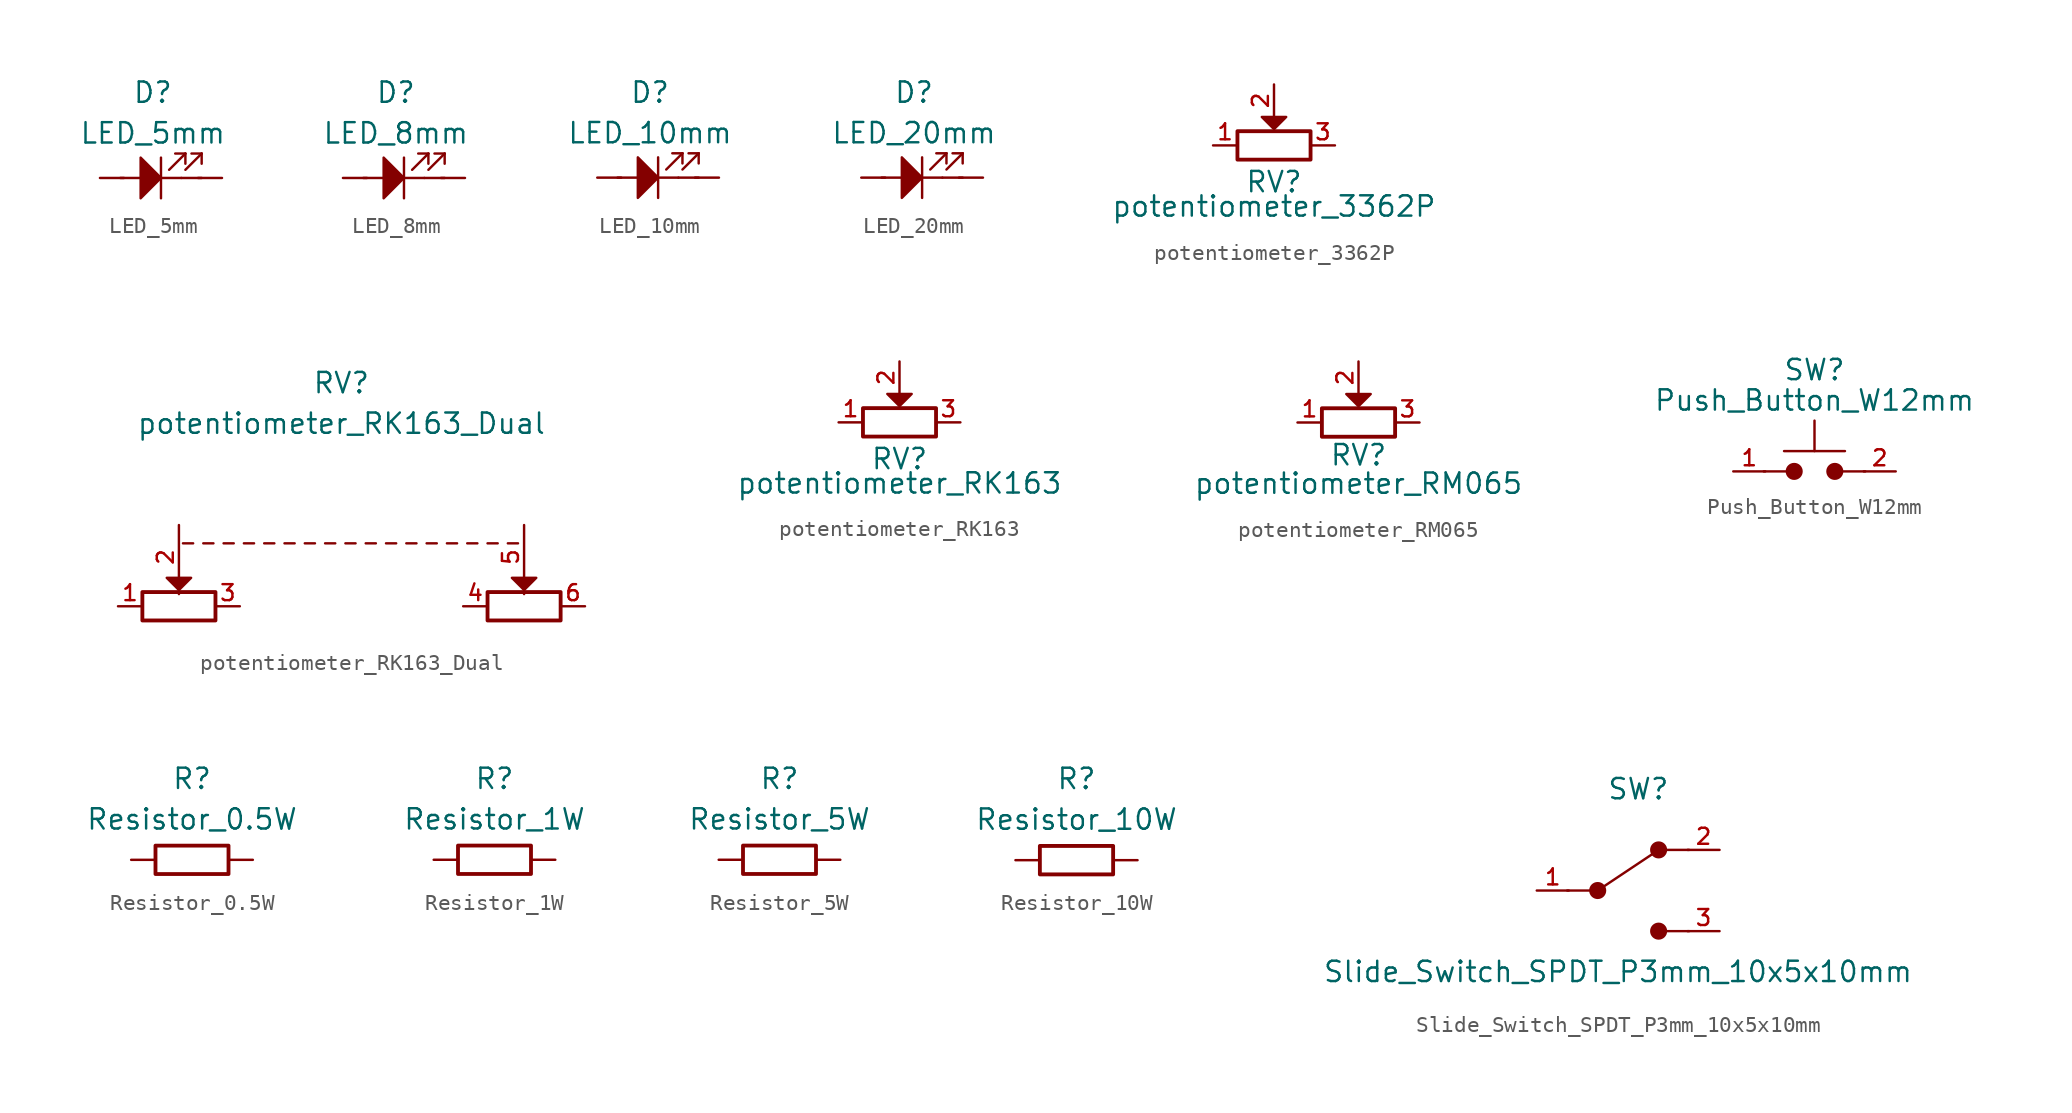
<source format=kicad_sym>
(kicad_symbol_lib
  (version 20211014)
  (generator kicad_symbol_editor)
  (symbol "LED_5mm"
    (property "Reference" "D"
      (at -0.508 5.334 0)
      (effects (font (size 1.27 1.27))))
    (property "Value" "LED_5mm"
      (at -0.508 2.794 0)
      (effects (font (size 1.27 1.27))))
    (symbol "LED_5mm_0_1"
      (polyline (pts (xy -1.27 0) (xy -2.54 0)) (stroke (width 0) (type default) (color 0 0 0 0)) (fill (type none)))
      (polyline (pts (xy 0 1.27) (xy 0 -1.27)) (stroke (width 0) (type default) (color 0 0 0 0)) (fill (type none)))
      (polyline (pts (xy 0.508 0.508) (xy 1.524 1.524)) (stroke (width 0) (type default) (color 0 0 0 0)) (fill (type none)))
      (polyline (pts (xy 1.27 0) (xy 2.54 0)) (stroke (width 0) (type default) (color 0 0 0 0)) (fill (type none)))
      (polyline (pts (xy 1.524 0.508) (xy 2.54 1.524)) (stroke (width 0) (type default) (color 0 0 0 0)) (fill (type none)))
      (polyline (pts (xy 1.524 1.524) (xy 0.889 1.524)) (stroke (width 0) (type default) (color 0 0 0 0)) (fill (type none)))
      (polyline (pts (xy 1.524 1.524) (xy 1.524 0.889)) (stroke (width 0) (type default) (color 0 0 0 0)) (fill (type none)))
      (polyline (pts (xy 2.54 1.524) (xy 1.905 1.524)) (stroke (width 0) (type default) (color 0 0 0 0)) (fill (type none)))
      (polyline (pts (xy 2.54 1.524) (xy 2.54 0.889)) (stroke (width 0) (type default) (color 0 0 0 0)) (fill (type none)))
      (polyline (pts (xy 0 0) (xy -1.27 -1.27) (xy -1.27 1.27) (xy 0 0) (xy 1.27 0)) (stroke (width 0) (type default) (color 0 0 0 0)) (fill (type outline))))
    (symbol "LED_5mm_1_1"
      (pin passive line (at 3.81 0 180) (length 1.5) (name "~" (effects (font (size 1.27 1.27)))) (number "1" (effects (font (size 0 0)))))
      (pin passive line (at -3.81 0 0) (length 1.5) (name "" (effects (font (size 1.27 1.27)))) (number "2" (effects (font (size 0 0)))))))
  (symbol "LED_8mm"
    (property "Reference" "D"
      (at -0.508 5.334 0)
      (effects (font (size 1.27 1.27))))
    (property "Value" "LED_8mm"
      (at -0.508 2.794 0)
      (effects (font (size 1.27 1.27))))
    (symbol "LED_8mm_0_1"
      (polyline (pts (xy -1.27 0) (xy -2.54 0)) (stroke (width 0) (type default) (color 0 0 0 0)) (fill (type none)))
      (polyline (pts (xy 0 1.27) (xy 0 -1.27)) (stroke (width 0) (type default) (color 0 0 0 0)) (fill (type none)))
      (polyline (pts (xy 0.508 0.508) (xy 1.524 1.524)) (stroke (width 0) (type default) (color 0 0 0 0)) (fill (type none)))
      (polyline (pts (xy 1.27 0) (xy 2.54 0)) (stroke (width 0) (type default) (color 0 0 0 0)) (fill (type none)))
      (polyline (pts (xy 1.524 0.508) (xy 2.54 1.524)) (stroke (width 0) (type default) (color 0 0 0 0)) (fill (type none)))
      (polyline (pts (xy 1.524 1.524) (xy 0.889 1.524)) (stroke (width 0) (type default) (color 0 0 0 0)) (fill (type none)))
      (polyline (pts (xy 1.524 1.524) (xy 1.524 0.889)) (stroke (width 0) (type default) (color 0 0 0 0)) (fill (type none)))
      (polyline (pts (xy 2.54 1.524) (xy 1.905 1.524)) (stroke (width 0) (type default) (color 0 0 0 0)) (fill (type none)))
      (polyline (pts (xy 2.54 1.524) (xy 2.54 0.889)) (stroke (width 0) (type default) (color 0 0 0 0)) (fill (type none)))
      (polyline (pts (xy 0 0) (xy -1.27 -1.27) (xy -1.27 1.27) (xy 0 0) (xy 1.27 0)) (stroke (width 0) (type default) (color 0 0 0 0)) (fill (type outline))))
    (symbol "LED_8mm_1_1"
      (pin passive line (at 3.81 0 180) (length 1.5) (name "~" (effects (font (size 1.27 1.27)))) (number "1" (effects (font (size 0 0)))))
      (pin passive line (at -3.81 0 0) (length 1.5) (name "" (effects (font (size 1.27 1.27)))) (number "2" (effects (font (size 0 0)))))))
  (symbol "LED_10mm"
    (property "Reference" "D"
      (at -0.508 5.334 0)
      (effects (font (size 1.27 1.27))))
    (property "Value" "LED_10mm"
      (at -0.508 2.794 0)
      (effects (font (size 1.27 1.27))))
    (symbol "LED_10mm_0_1"
      (polyline (pts (xy -1.27 0) (xy -2.54 0)) (stroke (width 0) (type default) (color 0 0 0 0)) (fill (type none)))
      (polyline (pts (xy 0 1.27) (xy 0 -1.27)) (stroke (width 0) (type default) (color 0 0 0 0)) (fill (type none)))
      (polyline (pts (xy 0.508 0.508) (xy 1.524 1.524)) (stroke (width 0) (type default) (color 0 0 0 0)) (fill (type none)))
      (polyline (pts (xy 1.27 0) (xy 2.54 0)) (stroke (width 0) (type default) (color 0 0 0 0)) (fill (type none)))
      (polyline (pts (xy 1.524 0.508) (xy 2.54 1.524)) (stroke (width 0) (type default) (color 0 0 0 0)) (fill (type none)))
      (polyline (pts (xy 1.524 1.524) (xy 0.889 1.524)) (stroke (width 0) (type default) (color 0 0 0 0)) (fill (type none)))
      (polyline (pts (xy 1.524 1.524) (xy 1.524 0.889)) (stroke (width 0) (type default) (color 0 0 0 0)) (fill (type none)))
      (polyline (pts (xy 2.54 1.524) (xy 1.905 1.524)) (stroke (width 0) (type default) (color 0 0 0 0)) (fill (type none)))
      (polyline (pts (xy 2.54 1.524) (xy 2.54 0.889)) (stroke (width 0) (type default) (color 0 0 0 0)) (fill (type none)))
      (polyline (pts (xy 0 0) (xy -1.27 -1.27) (xy -1.27 1.27) (xy 0 0) (xy 1.27 0)) (stroke (width 0) (type default) (color 0 0 0 0)) (fill (type outline))))
    (symbol "LED_10mm_1_1"
      (pin passive line (at 3.81 0 180) (length 1.5) (name "~" (effects (font (size 1.27 1.27)))) (number "1" (effects (font (size 0 0)))))
      (pin passive line (at -3.81 0 0) (length 1.5) (name "" (effects (font (size 1.27 1.27)))) (number "2" (effects (font (size 0 0)))))))
  (symbol "LED_20mm"
    (property "Reference" "D"
      (at -0.508 5.334 0)
      (effects (font (size 1.27 1.27))))
    (property "Value" "LED_20mm"
      (at -0.508 2.794 0)
      (effects (font (size 1.27 1.27))))
    (symbol "LED_20mm_0_1"
      (polyline (pts (xy -1.27 0) (xy -2.54 0)) (stroke (width 0) (type default) (color 0 0 0 0)) (fill (type none)))
      (polyline (pts (xy 0 1.27) (xy 0 -1.27)) (stroke (width 0) (type default) (color 0 0 0 0)) (fill (type none)))
      (polyline (pts (xy 0.508 0.508) (xy 1.524 1.524)) (stroke (width 0) (type default) (color 0 0 0 0)) (fill (type none)))
      (polyline (pts (xy 1.27 0) (xy 2.54 0)) (stroke (width 0) (type default) (color 0 0 0 0)) (fill (type none)))
      (polyline (pts (xy 1.524 0.508) (xy 2.54 1.524)) (stroke (width 0) (type default) (color 0 0 0 0)) (fill (type none)))
      (polyline (pts (xy 1.524 1.524) (xy 0.889 1.524)) (stroke (width 0) (type default) (color 0 0 0 0)) (fill (type none)))
      (polyline (pts (xy 1.524 1.524) (xy 1.524 0.889)) (stroke (width 0) (type default) (color 0 0 0 0)) (fill (type none)))
      (polyline (pts (xy 2.54 1.524) (xy 1.905 1.524)) (stroke (width 0) (type default) (color 0 0 0 0)) (fill (type none)))
      (polyline (pts (xy 2.54 1.524) (xy 2.54 0.889)) (stroke (width 0) (type default) (color 0 0 0 0)) (fill (type none)))
      (polyline (pts (xy 0 0) (xy -1.27 -1.27) (xy -1.27 1.27) (xy 0 0) (xy 1.27 0)) (stroke (width 0) (type default) (color 0 0 0 0)) (fill (type outline))))
    (symbol "LED_20mm_1_1"
      (pin passive line (at 3.81 0 180) (length 1.5) (name "~" (effects (font (size 1.27 1.27)))) (number "1" (effects (font (size 0 0)))))
      (pin passive line (at -3.81 0 0) (length 1.5) (name "" (effects (font (size 1.27 1.27)))) (number "2" (effects (font (size 0 0)))))))
  (symbol "potentiometer_3362P"
    (property "Reference" "RV"
      (at 0 -2.286 0)
      (effects (font (size 1.27 1.27))))
    (property "Value" "potentiometer_3362P"
      (at 0 -3.81 0)
      (effects (font (size 1.27 1.27))))
    (symbol "potentiometer_3362P_0_1"
      (rectangle (start -2.286 0.889) (end 2.286 -0.889) (stroke (width 0.24) (type default) (color 0 0 0 0)) (fill (type none)))
      (polyline (pts (xy 0 1.016) (xy 0.762 1.778) (xy -0.762 1.778) (xy 0 1.016)) (stroke (width 0) (type default) (color 0 0 0 0)) (fill (type outline))))
    (symbol "potentiometer_3362P_1_1"
      (pin passive line (at -3.81 0 0) (length 1.5) (name "~" (effects (font (size 1.27 1.27)))) (number "1" (effects (font (size 1 1)))))
      (pin passive line (at 0 3.81 270) (length 2) (name "~" (effects (font (size 1.27 1.27)))) (number "2" (effects (font (size 1 1)))))
      (pin passive line (at 3.81 0 180) (length 1.5) (name "~" (effects (font (size 1.27 1.27)))) (number "3" (effects (font (size 1 1)))))))
  (symbol "potentiometer_RK163_Dual"
    (property "Reference" "RV"
      (at 0 13.97 0)
      (effects (font (size 1.27 1.27))))
    (property "Value" "potentiometer_RK163_Dual"
      (at 0 11.43 0)
      (effects (font (size 1.27 1.27))))
    (symbol "potentiometer_RK163_Dual_0_1"
      (rectangle (start -7.874 -0.889) (end -12.446 0.889) (stroke (width 0.24) (type default) (color 0 0 0 0)) (fill (type none)))
      (polyline (pts (xy -9.906 3.937) (xy -9.271 3.937)) (stroke (width 0) (type default) (color 0 0 0 0)) (fill (type none)))
      (polyline (pts (xy -8.636 3.937) (xy -8.001 3.937)) (stroke (width 0) (type default) (color 0 0 0 0)) (fill (type none)))
      (polyline (pts (xy -7.366 3.937) (xy -6.731 3.937)) (stroke (width 0) (type default) (color 0 0 0 0)) (fill (type none)))
      (polyline (pts (xy -6.096 3.937) (xy -5.461 3.937)) (stroke (width 0) (type default) (color 0 0 0 0)) (fill (type none)))
      (polyline (pts (xy -4.826 3.937) (xy -4.191 3.937)) (stroke (width 0) (type default) (color 0 0 0 0)) (fill (type none)))
      (polyline (pts (xy -3.556 3.937) (xy -2.921 3.937)) (stroke (width 0) (type default) (color 0 0 0 0)) (fill (type none)))
      (polyline (pts (xy -2.286 3.937) (xy -1.651 3.937)) (stroke (width 0) (type default) (color 0 0 0 0)) (fill (type none)))
      (polyline (pts (xy -1.016 3.937) (xy -0.381 3.937)) (stroke (width 0) (type default) (color 0 0 0 0)) (fill (type none)))
      (polyline (pts (xy 0.254 3.937) (xy 0.889 3.937)) (stroke (width 0) (type default) (color 0 0 0 0)) (fill (type none)))
      (polyline (pts (xy 1.524 3.937) (xy 2.159 3.937)) (stroke (width 0) (type default) (color 0 0 0 0)) (fill (type none)))
      (polyline (pts (xy 2.794 3.937) (xy 3.429 3.937)) (stroke (width 0) (type default) (color 0 0 0 0)) (fill (type none)))
      (polyline (pts (xy 4.064 3.937) (xy 4.699 3.937)) (stroke (width 0) (type default) (color 0 0 0 0)) (fill (type none)))
      (polyline (pts (xy 5.334 3.937) (xy 5.969 3.937)) (stroke (width 0) (type default) (color 0 0 0 0)) (fill (type none)))
      (polyline (pts (xy 6.604 3.937) (xy 7.239 3.937)) (stroke (width 0) (type default) (color 0 0 0 0)) (fill (type none)))
      (polyline (pts (xy 7.874 3.937) (xy 8.509 3.937)) (stroke (width 0) (type default) (color 0 0 0 0)) (fill (type none)))
      (polyline (pts (xy 9.144 3.937) (xy 9.779 3.937)) (stroke (width 0) (type default) (color 0 0 0 0)) (fill (type none)))
      (polyline (pts (xy 10.414 3.937) (xy 11.049 3.937)) (stroke (width 0) (type default) (color 0 0 0 0)) (fill (type none)))
      (polyline (pts (xy -10.16 1.016) (xy -9.398 1.778) (xy -10.922 1.778) (xy -10.16 1.016) (xy -10.16 0.762)) (stroke (width 0) (type default) (color 0 0 0 0)) (fill (type outline)))
      (polyline (pts (xy 11.43 1.016) (xy 12.192 1.778) (xy 10.668 1.778) (xy 11.43 1.016) (xy 11.43 0.762)) (stroke (width 0) (type default) (color 0 0 0 0)) (fill (type outline)))
      (rectangle (start 13.716 -0.889) (end 9.144 0.889) (stroke (width 0.24) (type default) (color 0 0 0 0)) (fill (type none))))
    (symbol "potentiometer_RK163_Dual_1_1"
      (pin passive line (at -13.97 0 0) (length 1.5) (name "~" (effects (font (size 1.27 1.27)))) (number "1" (effects (font (size 1 1)))))
      (pin passive line (at -10.16 5.08 270) (length 4) (name "~" (effects (font (size 1.27 1.27)))) (number "2" (effects (font (size 1 1)))))
      (pin passive line (at -6.35 0 180) (length 1.5) (name "~" (effects (font (size 1.27 1.27)))) (number "3" (effects (font (size 1 1)))))
      (pin passive line (at 7.62 0 0) (length 1.5) (name "~" (effects (font (size 1.27 1.27)))) (number "4" (effects (font (size 1 1)))))
      (pin passive line (at 11.43 5.08 270) (length 4) (name "~" (effects (font (size 1.27 1.27)))) (number "5" (effects (font (size 1 1)))))
      (pin passive line (at 15.24 0 180) (length 1.5) (name "~" (effects (font (size 1.27 1.27)))) (number "6" (effects (font (size 1 1)))))))
  (symbol "potentiometer_RK163"
    (property "Reference" "RV"
      (at 0 -2.286 0)
      (effects (font (size 1.27 1.27))))
    (property "Value" "potentiometer_RK163"
      (at 0 -3.81 0)
      (effects (font (size 1.27 1.27))))
    (symbol "potentiometer_RK163_0_1"
      (rectangle (start -2.286 0.889) (end 2.286 -0.889) (stroke (width 0.24) (type default) (color 0 0 0 0)) (fill (type none)))
      (polyline (pts (xy 0 1.016) (xy 0.762 1.778) (xy -0.762 1.778) (xy 0 1.016)) (stroke (width 0) (type default) (color 0 0 0 0)) (fill (type outline))))
    (symbol "potentiometer_RK163_1_1"
      (pin passive line (at -3.81 0 0) (length 1.5) (name "~" (effects (font (size 1.27 1.27)))) (number "1" (effects (font (size 1 1)))))
      (pin passive line (at 0 3.81 270) (length 2) (name "~" (effects (font (size 1.27 1.27)))) (number "2" (effects (font (size 1 1)))))
      (pin passive line (at 3.81 0 180) (length 1.5) (name "~" (effects (font (size 1.27 1.27)))) (number "3" (effects (font (size 1 1)))))))
  (symbol "potentiometer_RM065"
    (property "Reference" "RV"
      (at 0 -2.032 0)
      (effects (font (size 1.27 1.27))))
    (property "Value" "potentiometer_RM065"
      (at 0 -3.81 0)
      (effects (font (size 1.27 1.27))))
    (symbol "potentiometer_RM065_0_1"
      (rectangle (start -2.286 0.889) (end 2.286 -0.889) (stroke (width 0.24) (type default) (color 0 0 0 0)) (fill (type none)))
      (polyline (pts (xy 0 1.016) (xy 0.762 1.778) (xy -0.762 1.778) (xy 0 1.016)) (stroke (width 0) (type default) (color 0 0 0 0)) (fill (type outline))))
    (symbol "potentiometer_RM065_1_1"
      (pin passive line (at -3.81 0 0) (length 1.5) (name "~" (effects (font (size 1.27 1.27)))) (number "1" (effects (font (size 1 1)))))
      (pin passive line (at 0 3.81 270) (length 2) (name "~" (effects (font (size 1.27 1.27)))) (number "2" (effects (font (size 1 1)))))
      (pin passive line (at 3.81 0 180) (length 1.5) (name "~" (effects (font (size 1.27 1.27)))) (number "3" (effects (font (size 1 1)))))))
  (symbol "Push_Button_W12mm"
    (property "Reference" "SW"
      (at 0 6.35 0)
      (effects (font (size 1.27 1.27))))
    (property "Value" "Push_Button_W12mm"
      (at 0 4.445 0)
      (effects (font (size 1.27 1.27))))
    (symbol "Push_Button_W12mm_0_1"
      (circle (center -1.27 0) (radius 0.458) (stroke (width 0) (type default) (color 0 0 0 0)) (fill (type outline)))
      (polyline (pts (xy -3.175 0) (xy -1.778 0)) (stroke (width 0) (type default) (color 0 0 0 0)) (fill (type none)))
      (polyline (pts (xy -1.905 1.27) (xy 1.905 1.27)) (stroke (width 0) (type default) (color 0 0 0 0)) (fill (type none)))
      (polyline (pts (xy 0 1.27) (xy 0 3.175)) (stroke (width 0) (type default) (color 0 0 0 0)) (fill (type none)))
      (polyline (pts (xy 1.778 0) (xy 3.175 0)) (stroke (width 0) (type default) (color 0 0 0 0)) (fill (type none)))
      (circle (center 1.27 0) (radius 0.458) (stroke (width 0) (type default) (color 0 0 0 0)) (fill (type outline))))
    (symbol "Push_Button_W12mm_1_1"
      (pin passive line (at -5.08 0 0) (length 2) (name "" (effects (font (size 1.27 1.27)))) (number "1" (effects (font (size 1 1)))))
      (pin passive line (at 5.08 0 180) (length 2) (name "" (effects (font (size 1.27 1.27)))) (number "2" (effects (font (size 1 1)))))))
  (symbol "Resistor_0.5W"
    (property "Reference" "R"
      (at 0 5.08 0)
      (effects (font (size 1.27 1.27))))
    (property "Value" "Resistor_0.5W"
      (at 0 2.54 0)
      (effects (font (size 1.27 1.27))))
    (symbol "Resistor_0.5W_0_1"
      (rectangle (start -2.286 0.889) (end 2.286 -0.889) (stroke (width 0.24) (type default) (color 0 0 0 0)) (fill (type none))))
    (symbol "Resistor_0.5W_1_1"
      (pin passive line (at -3.81 0 0) (length 1.5) (name "" (effects (font (size 1.27 1.27)))) (number "1" (effects (font (size 0 0)))))
      (pin passive line (at 3.81 0 180) (length 1.5) (name "~" (effects (font (size 1.27 1.27)))) (number "2" (effects (font (size 0 0)))))))
  (symbol "Resistor_1W"
    (property "Reference" "R"
      (at 0 5.08 0)
      (effects (font (size 1.27 1.27))))
    (property "Value" "Resistor_1W"
      (at 0 2.54 0)
      (effects (font (size 1.27 1.27))))
    (symbol "Resistor_1W_0_1"
      (rectangle (start -2.286 0.889) (end 2.286 -0.889) (stroke (width 0.24) (type default) (color 0 0 0 0)) (fill (type none))))
    (symbol "Resistor_1W_1_1"
      (pin passive line (at -3.81 0 0) (length 1.5) (name "" (effects (font (size 1.27 1.27)))) (number "1" (effects (font (size 0 0)))))
      (pin passive line (at 3.81 0 180) (length 1.5) (name "~" (effects (font (size 1.27 1.27)))) (number "2" (effects (font (size 0 0)))))))
  (symbol "Resistor_5W"
    (property "Reference" "R"
      (at 0 5.08 0)
      (effects (font (size 1.27 1.27))))
    (property "Value" "Resistor_5W"
      (at 0 2.54 0)
      (effects (font (size 1.27 1.27))))
    (symbol "Resistor_5W_0_1"
      (rectangle (start -2.286 0.889) (end 2.286 -0.889) (stroke (width 0.24) (type default) (color 0 0 0 0)) (fill (type none))))
    (symbol "Resistor_5W_1_1"
      (pin passive line (at -3.81 0 0) (length 1.5) (name "" (effects (font (size 1.27 1.27)))) (number "1" (effects (font (size 0 0)))))
      (pin passive line (at 3.81 0 180) (length 1.5) (name "~" (effects (font (size 1.27 1.27)))) (number "2" (effects (font (size 0 0)))))))
  (symbol "Resistor_10W"
    (property "Reference" "R"
      (at 0 5.08 0)
      (effects (font (size 1.27 1.27))))
    (property "Value" "Resistor_10W"
      (at 0 2.54 0)
      (effects (font (size 1.27 1.27))))
    (symbol "Resistor_10W_0_1"
      (rectangle (start -2.286 0.889) (end 2.286 -0.889) (stroke (width 0.24) (type default) (color 0 0 0 0)) (fill (type none))))
    (symbol "Resistor_10W_1_1"
      (pin passive line (at -3.81 0 0) (length 1.5) (name "" (effects (font (size 1.27 1.27)))) (number "1" (effects (font (size 0 0)))))
      (pin passive line (at 3.81 0 180) (length 1.5) (name "~" (effects (font (size 1.27 1.27)))) (number "2" (effects (font (size 0 0)))))))
  (symbol "Slide_Switch_SPDT_P3mm_10x5x10mm"
    (property "Reference" "SW"
      (at 0 6.35 0)
      (effects (font (size 1.27 1.27))))
    (property "Value" "Slide_Switch_SPDT_P3mm_10x5x10mm"
      (at -1.27 -5.08 0)
      (effects (font (size 1.27 1.27))))
    (symbol "Slide_Switch_SPDT_P3mm_10x5x10mm_0_1"
      (circle (center -2.54 0) (radius 0.458) (stroke (width 0) (type default) (color 0 0 0 0)) (fill (type outline)))
      (polyline (pts (xy -4.445 0) (xy -3.048 0)) (stroke (width 0) (type default) (color 0 0 0 0)) (fill (type none)))
      (polyline (pts (xy -2.54 0) (xy 1.27 2.54)) (stroke (width 0) (type default) (color 0 0 0 0)) (fill (type none)))
      (polyline (pts (xy 1.778 -2.54) (xy 3.175 -2.54)) (stroke (width 0) (type default) (color 0 0 0 0)) (fill (type none)))
      (polyline (pts (xy 1.778 2.54) (xy 3.175 2.54)) (stroke (width 0) (type default) (color 0 0 0 0)) (fill (type none)))
      (circle (center 1.27 -2.54) (radius 0.458) (stroke (width 0) (type default) (color 0 0 0 0)) (fill (type outline)))
      (circle (center 1.27 2.54) (radius 0.458) (stroke (width 0) (type default) (color 0 0 0 0)) (fill (type outline))))
    (symbol "Slide_Switch_SPDT_P3mm_10x5x10mm_1_1"
      (pin passive line (at -6.35 0 0) (length 2) (name "" (effects (font (size 1.27 1.27)))) (number "1" (effects (font (size 1 1)))))
      (pin passive line (at 5.08 2.54 180) (length 2) (name "" (effects (font (size 1.27 1.27)))) (number "2" (effects (font (size 1 1)))))
      (pin passive line (at 5.08 -2.54 180) (length 2) (name "" (effects (font (size 1.27 1.27)))) (number "3" (effects (font (size 1 1))))))))
</source>
